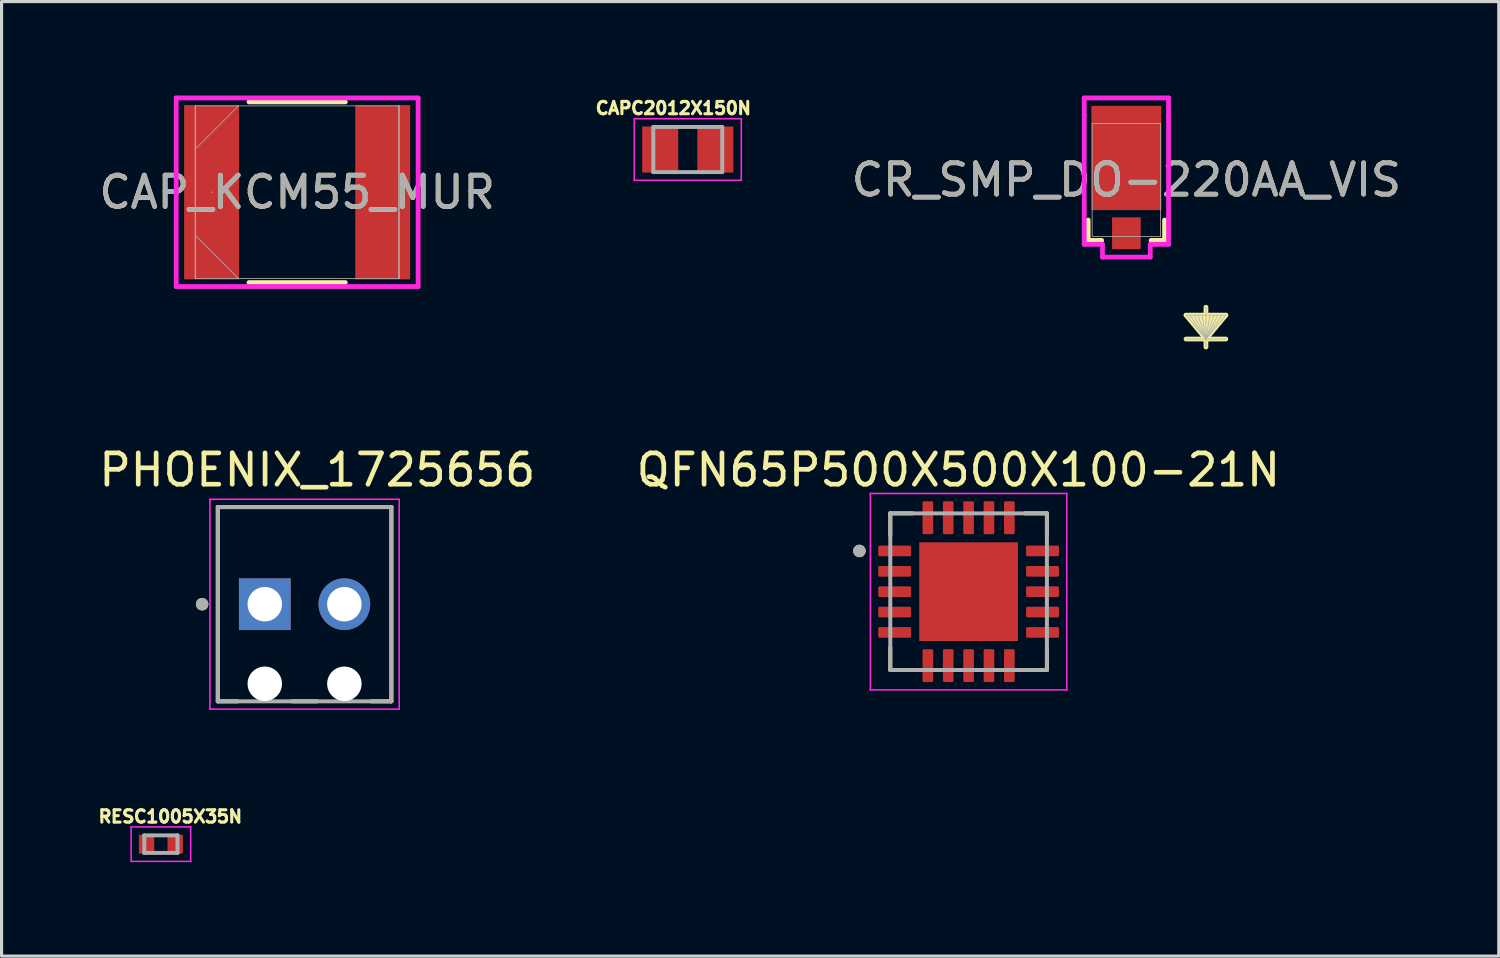
<source format=kicad_pcb>
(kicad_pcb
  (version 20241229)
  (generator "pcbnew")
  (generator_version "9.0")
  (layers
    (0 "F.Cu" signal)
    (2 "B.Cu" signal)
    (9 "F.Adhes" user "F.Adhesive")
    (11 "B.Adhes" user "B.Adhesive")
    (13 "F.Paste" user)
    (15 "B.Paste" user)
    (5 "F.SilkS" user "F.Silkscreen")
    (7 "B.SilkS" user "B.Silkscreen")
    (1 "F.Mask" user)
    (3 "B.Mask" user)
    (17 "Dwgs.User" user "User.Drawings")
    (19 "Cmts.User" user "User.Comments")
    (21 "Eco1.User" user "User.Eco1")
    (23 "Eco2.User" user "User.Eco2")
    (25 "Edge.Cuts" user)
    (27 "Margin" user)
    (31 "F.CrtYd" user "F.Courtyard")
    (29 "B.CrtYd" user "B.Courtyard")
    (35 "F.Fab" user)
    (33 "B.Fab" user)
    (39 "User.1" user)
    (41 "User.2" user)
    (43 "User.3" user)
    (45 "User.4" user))
  (footprint "QFN65P500X500X100-21N"
    (layer "F.Cu")
    (at 27.867 15.836)
    (property "Reference" "QFN65P500X500X100-21N" (at -0.325 -3.885 0) (layer "F.SilkS") (effects (font (size 1 1) (thickness 0.15))))
    (attr smd)
    (fp_line (start -2.5 -2.5) (end -2.5 -1.79) (stroke (width 0.127) (type solid)) (layer "F.SilkS"))
    (fp_line (start -2.5 -2.5) (end -1.79 -2.5) (stroke (width 0.127) (type solid)) (layer "F.SilkS"))
    (fp_line (start -2.5 2.5) (end -2.5 1.79) (stroke (width 0.127) (type solid)) (layer "F.SilkS"))
    (fp_line (start -2.5 2.5) (end -1.79 2.5) (stroke (width 0.127) (type solid)) (layer "F.SilkS"))
    (fp_line (start 2.5 -2.5) (end 1.79 -2.5) (stroke (width 0.127) (type solid)) (layer "F.SilkS"))
    (fp_line (start 2.5 -2.5) (end 2.5 -1.79) (stroke (width 0.127) (type solid)) (layer "F.SilkS"))
    (fp_line (start 2.5 2.5) (end 1.79 2.5) (stroke (width 0.127) (type solid)) (layer "F.SilkS"))
    (fp_line (start 2.5 2.5) (end 2.5 1.79) (stroke (width 0.127) (type solid)) (layer "F.SilkS"))
    (fp_circle (center -3.485 -1.3) (end -3.385 -1.3) (stroke (width 0.2) (type solid)) (fill no) (layer "F.SilkS"))
    (fp_poly (pts (xy -1.195 -1.195) (xy -0.195 -1.195) (xy -0.195 -0.195) (xy -1.195 -0.195)) (stroke (width 0.01) (type solid)) (fill yes) (layer "F.Paste"))
    (fp_poly (pts (xy -1.195 0.195) (xy -0.195 0.195) (xy -0.195 1.195) (xy -1.195 1.195)) (stroke (width 0.01) (type solid)) (fill yes) (layer "F.Paste"))
    (fp_poly (pts (xy 0.195 -1.195) (xy 1.195 -1.195) (xy 1.195 -0.195) (xy 0.195 -0.195)) (stroke (width 0.01) (type solid)) (fill yes) (layer "F.Paste"))
    (fp_poly (pts (xy 0.195 0.195) (xy 1.195 0.195) (xy 1.195 1.195) (xy 0.195 1.195)) (stroke (width 0.01) (type solid)) (fill yes) (layer "F.Paste"))
    (fp_line (start -3.135 -3.135) (end 3.135 -3.135) (stroke (width 0.05) (type solid)) (layer "F.CrtYd"))
    (fp_line (start -3.135 3.135) (end -3.135 -3.135) (stroke (width 0.05) (type solid)) (layer "F.CrtYd"))
    (fp_line (start -3.135 3.135) (end 3.135 3.135) (stroke (width 0.05) (type solid)) (layer "F.CrtYd"))
    (fp_line (start 3.135 3.135) (end 3.135 -3.135) (stroke (width 0.05) (type solid)) (layer "F.CrtYd"))
    (fp_line (start -2.5 2.5) (end -2.5 -2.5) (stroke (width 0.127) (type solid)) (layer "F.Fab"))
    (fp_line (start 2.5 -2.5) (end -2.5 -2.5) (stroke (width 0.127) (type solid)) (layer "F.Fab"))
    (fp_line (start 2.5 2.5) (end -2.5 2.5) (stroke (width 0.127) (type solid)) (layer "F.Fab"))
    (fp_line (start 2.5 2.5) (end 2.5 -2.5) (stroke (width 0.127) (type solid)) (layer "F.Fab"))
    (fp_circle (center -3.485 -1.3) (end -3.385 -1.3) (stroke (width 0.2) (type solid)) (fill no) (layer "F.Fab"))
    (pad "1" smd roundrect (at -2.36 -1.3) (size 1.05 0.34) (layers "F.Cu" "F.Mask" "F.Paste") (roundrect_rratio 0.125))
    (pad "2" smd roundrect (at -2.36 -0.65) (size 1.05 0.34) (layers "F.Cu" "F.Mask" "F.Paste") (roundrect_rratio 0.125))
    (pad "3" smd roundrect (at -2.36 0) (size 1.05 0.34) (layers "F.Cu" "F.Mask" "F.Paste") (roundrect_rratio 0.125))
    (pad "4" smd roundrect (at -2.36 0.65) (size 1.05 0.34) (layers "F.Cu" "F.Mask" "F.Paste") (roundrect_rratio 0.125))
    (pad "5" smd roundrect (at -2.36 1.3) (size 1.05 0.34) (layers "F.Cu" "F.Mask" "F.Paste") (roundrect_rratio 0.125))
    (pad "6" smd roundrect (at -1.3 2.36) (size 0.34 1.05) (layers "F.Cu" "F.Mask" "F.Paste") (roundrect_rratio 0.125))
    (pad "7" smd roundrect (at -0.65 2.36) (size 0.34 1.05) (layers "F.Cu" "F.Mask" "F.Paste") (roundrect_rratio 0.125))
    (pad "8" smd roundrect (at 0 2.36) (size 0.34 1.05) (layers "F.Cu" "F.Mask" "F.Paste") (roundrect_rratio 0.125))
    (pad "9" smd roundrect (at 0.65 2.36) (size 0.34 1.05) (layers "F.Cu" "F.Mask" "F.Paste") (roundrect_rratio 0.125))
    (pad "10" smd roundrect (at 1.3 2.36) (size 0.34 1.05) (layers "F.Cu" "F.Mask" "F.Paste") (roundrect_rratio 0.125))
    (pad "11" smd roundrect (at 2.36 1.3) (size 1.05 0.34) (layers "F.Cu" "F.Mask" "F.Paste") (roundrect_rratio 0.125))
    (pad "12" smd roundrect (at 2.36 0.65) (size 1.05 0.34) (layers "F.Cu" "F.Mask" "F.Paste") (roundrect_rratio 0.125))
    (pad "13" smd roundrect (at 2.36 0) (size 1.05 0.34) (layers "F.Cu" "F.Mask" "F.Paste") (roundrect_rratio 0.125))
    (pad "14" smd roundrect (at 2.36 -0.65) (size 1.05 0.34) (layers "F.Cu" "F.Mask" "F.Paste") (roundrect_rratio 0.125))
    (pad "15" smd roundrect (at 2.36 -1.3) (size 1.05 0.34) (layers "F.Cu" "F.Mask" "F.Paste") (roundrect_rratio 0.125))
    (pad "16" smd roundrect (at 1.3 -2.36) (size 0.34 1.05) (layers "F.Cu" "F.Mask" "F.Paste") (roundrect_rratio 0.125))
    (pad "17" smd roundrect (at 0.65 -2.36) (size 0.34 1.05) (layers "F.Cu" "F.Mask" "F.Paste") (roundrect_rratio 0.125))
    (pad "18" smd roundrect (at 0 -2.36) (size 0.34 1.05) (layers "F.Cu" "F.Mask" "F.Paste") (roundrect_rratio 0.125))
    (pad "19" smd roundrect (at -0.65 -2.36) (size 0.34 1.05) (layers "F.Cu" "F.Mask" "F.Paste") (roundrect_rratio 0.125))
    (pad "20" smd roundrect (at -1.3 -2.36) (size 0.34 1.05) (layers "F.Cu" "F.Mask" "F.Paste") (roundrect_rratio 0.125))
    (pad "21" smd rect (at 0 0) (size 3.15 3.15) (layers "F.Cu" "F.Mask")))
  (footprint "CAPC2012X150N"
    (layer "F.Cu")
    (at 18.903 1.723)
    (property "Reference" "CAPC2012X150N" (at -0.46 -1.32 0) (layer "F.SilkS") (effects (font (size 0.394 0.394) (thickness 0.15))))
    (attr smd)
    (fp_line (start -1.708 -0.983) (end 1.708 -0.983) (stroke (width 0.05) (type solid)) (layer "F.CrtYd"))
    (fp_line (start -1.708 0.983) (end -1.708 -0.983) (stroke (width 0.05) (type solid)) (layer "F.CrtYd"))
    (fp_line (start -1.708 0.983) (end 1.708 0.983) (stroke (width 0.05) (type solid)) (layer "F.CrtYd"))
    (fp_line (start 1.708 0.983) (end 1.708 -0.983) (stroke (width 0.05) (type solid)) (layer "F.CrtYd"))
    (fp_line (start -1.1 0.72) (end -1.1 -0.72) (stroke (width 0.127) (type solid)) (layer "F.Fab"))
    (fp_line (start 1.1 -0.72) (end -1.1 -0.72) (stroke (width 0.127) (type solid)) (layer "F.Fab"))
    (fp_line (start 1.1 0.72) (end -1.1 0.72) (stroke (width 0.127) (type solid)) (layer "F.Fab"))
    (fp_line (start 1.1 0.72) (end 1.1 -0.72) (stroke (width 0.127) (type solid)) (layer "F.Fab"))
    (pad "1" smd rect (at -0.88 0) (size 1.15 1.47) (layers "F.Cu" "F.Mask" "F.Paste"))
    (pad "2" smd rect (at 0.88 0) (size 1.15 1.47) (layers "F.Cu" "F.Mask" "F.Paste")))
  (footprint "CR_SMP_DO-220AA_VIS"
    (layer "F.Cu")
    (at 32.903 2.692)
    (property "Reference" "CR_SMP_DO-220AA_VIS" (at 0 0 0) (unlocked yes) (layer "F.SilkS") (effects (font (size 1 1) (thickness 0.15))))
    (attr smd)
    (fp_line (start -1.219 1.282) (end -1.219 1.93) (stroke (width 0.152) (type solid)) (layer "F.SilkS"))
    (fp_line (start -1.219 1.93) (end -0.79 1.93) (stroke (width 0.152) (type solid)) (layer "F.SilkS"))
    (fp_line (start 0.79 1.93) (end 1.219 1.93) (stroke (width 0.152) (type solid)) (layer "F.SilkS"))
    (fp_line (start 1.219 1.93) (end 1.219 1.282) (stroke (width 0.152) (type solid)) (layer "F.SilkS"))
    (fp_line (start 1.905 4.318) (end 3.175 4.318) (stroke (width 0.152) (type solid)) (layer "F.SilkS"))
    (fp_line (start 1.905 5.08) (end 3.175 5.08) (stroke (width 0.152) (type solid)) (layer "F.SilkS"))
    (fp_line (start 2.54 4.064) (end 2.54 5.334) (stroke (width 0.152) (type solid)) (layer "F.SilkS"))
    (fp_line (start 2.54 5.08) (end 1.905 4.318) (stroke (width 0.152) (type solid)) (layer "F.SilkS"))
    (fp_line (start 2.54 5.08) (end 2.032 4.318) (stroke (width 0.152) (type solid)) (layer "F.SilkS"))
    (fp_line (start 2.54 5.08) (end 2.159 4.318) (stroke (width 0.152) (type solid)) (layer "F.SilkS"))
    (fp_line (start 2.54 5.08) (end 2.286 4.318) (stroke (width 0.152) (type solid)) (layer "F.SilkS"))
    (fp_line (start 2.54 5.08) (end 2.413 4.318) (stroke (width 0.152) (type solid)) (layer "F.SilkS"))
    (fp_line (start 2.54 5.08) (end 2.667 4.318) (stroke (width 0.152) (type solid)) (layer "F.SilkS"))
    (fp_line (start 2.54 5.08) (end 2.794 4.318) (stroke (width 0.152) (type solid)) (layer "F.SilkS"))
    (fp_line (start 2.54 5.08) (end 2.921 4.318) (stroke (width 0.152) (type solid)) (layer "F.SilkS"))
    (fp_line (start 2.54 5.08) (end 3.048 4.318) (stroke (width 0.152) (type solid)) (layer "F.SilkS"))
    (fp_line (start 2.54 5.08) (end 3.175 4.318) (stroke (width 0.152) (type solid)) (layer "F.SilkS"))
    (fp_line (start -1.346 -2.616) (end -1.346 -2.057) (stroke (width 0.152) (type solid)) (layer "F.CrtYd"))
    (fp_line (start -1.346 -2.616) (end 1.346 -2.616) (stroke (width 0.152) (type solid)) (layer "F.CrtYd"))
    (fp_line (start -1.346 -2.057) (end -1.346 -2.057) (stroke (width 0.152) (type solid)) (layer "F.CrtYd"))
    (fp_line (start -1.346 2.057) (end -1.346 -2.057) (stroke (width 0.152) (type solid)) (layer "F.CrtYd"))
    (fp_line (start -0.762 2.057) (end -1.346 2.057) (stroke (width 0.152) (type solid)) (layer "F.CrtYd"))
    (fp_line (start -0.762 2.057) (end -0.762 2.464) (stroke (width 0.152) (type solid)) (layer "F.CrtYd"))
    (fp_line (start -0.762 2.464) (end 0.762 2.464) (stroke (width 0.152) (type solid)) (layer "F.CrtYd"))
    (fp_line (start 0.762 2.057) (end 0.762 2.464) (stroke (width 0.152) (type solid)) (layer "F.CrtYd"))
    (fp_line (start 1.346 -2.616) (end 1.346 -2.057) (stroke (width 0.152) (type solid)) (layer "F.CrtYd"))
    (fp_line (start 1.346 -2.057) (end 1.346 -2.057) (stroke (width 0.152) (type solid)) (layer "F.CrtYd"))
    (fp_line (start 1.346 -2.057) (end 1.346 2.057) (stroke (width 0.152) (type solid)) (layer "F.CrtYd"))
    (fp_line (start 1.346 2.057) (end 0.762 2.057) (stroke (width 0.152) (type solid)) (layer "F.CrtYd"))
    (fp_line (start -1.092 -1.803) (end -1.092 1.803) (stroke (width 0.025) (type solid)) (layer "F.Fab"))
    (fp_line (start -1.092 1.803) (end 1.092 1.803) (stroke (width 0.025) (type solid)) (layer "F.Fab"))
    (fp_line (start 1.092 -1.803) (end -1.092 -1.803) (stroke (width 0.025) (type solid)) (layer "F.Fab"))
    (fp_line (start 1.092 1.803) (end 1.092 -1.803) (stroke (width 0.025) (type solid)) (layer "F.Fab"))
    (fp_line (start 1.905 4.318) (end 3.175 4.318) (stroke (width 0.025) (type solid)) (layer "F.Fab"))
    (fp_line (start 1.905 5.08) (end 3.175 5.08) (stroke (width 0.025) (type solid)) (layer "F.Fab"))
    (fp_line (start 2.54 4.064) (end 2.54 5.334) (stroke (width 0.025) (type solid)) (layer "F.Fab"))
    (fp_line (start 2.54 5.08) (end 1.905 4.318) (stroke (width 0.025) (type solid)) (layer "F.Fab"))
    (fp_line (start 2.54 5.08) (end 2.032 4.318) (stroke (width 0.025) (type solid)) (layer "F.Fab"))
    (fp_line (start 2.54 5.08) (end 2.159 4.318) (stroke (width 0.025) (type solid)) (layer "F.Fab"))
    (fp_line (start 2.54 5.08) (end 2.286 4.318) (stroke (width 0.025) (type solid)) (layer "F.Fab"))
    (fp_line (start 2.54 5.08) (end 2.413 4.318) (stroke (width 0.025) (type solid)) (layer "F.Fab"))
    (fp_line (start 2.54 5.08) (end 2.667 4.318) (stroke (width 0.025) (type solid)) (layer "F.Fab"))
    (fp_line (start 2.54 5.08) (end 2.794 4.318) (stroke (width 0.025) (type solid)) (layer "F.Fab"))
    (fp_line (start 2.54 5.08) (end 2.921 4.318) (stroke (width 0.025) (type solid)) (layer "F.Fab"))
    (fp_line (start 2.54 5.08) (end 3.048 4.318) (stroke (width 0.025) (type solid)) (layer "F.Fab"))
    (fp_line (start 2.54 5.08) (end 3.175 4.318) (stroke (width 0.025) (type solid)) (layer "F.Fab"))
    (fp_text user "${REFERENCE}" (at 0 0 0) (unlocked yes) (layer "F.Fab") (effects (font (size 1 1) (thickness 0.15))))
    (pad "1" smd rect (at 0 -0.699 90) (size 3.327 2.235) (layers "F.Cu" "F.Mask" "F.Paste"))
    (pad "2" smd rect (at 0 1.702 90) (size 1.016 0.914) (layers "F.Cu" "F.Mask" "F.Paste")))
  (footprint "PHOENIX_1725656"
    (layer "F.Cu")
    (at 3.902 19.336)
    (property "Reference" "PHOENIX_1725656" (at 3.175 -7.385 0) (layer "F.SilkS") (effects (font (size 1 1) (thickness 0.15))))
    (attr through_hole)
    (fp_line (start 0 -6.2) (end 0 0) (stroke (width 0.127) (type solid)) (layer "F.SilkS"))
    (fp_line (start 0 0) (end 0.63 0) (stroke (width 0.127) (type solid)) (layer "F.SilkS"))
    (fp_line (start 2.37 0) (end 3.17 0) (stroke (width 0.127) (type solid)) (layer "F.SilkS"))
    (fp_line (start 4.91 0) (end 5.54 0) (stroke (width 0.127) (type solid)) (layer "F.SilkS"))
    (fp_line (start 5.54 -6.2) (end 0 -6.2) (stroke (width 0.127) (type solid)) (layer "F.SilkS"))
    (fp_line (start 5.54 0) (end 5.54 -6.2) (stroke (width 0.127) (type solid)) (layer "F.SilkS"))
    (fp_circle (center -0.5 -3.1) (end -0.4 -3.1) (stroke (width 0.2) (type solid)) (fill no) (layer "F.SilkS"))
    (fp_line (start -0.25 -6.45) (end -0.25 0.25) (stroke (width 0.05) (type solid)) (layer "F.CrtYd"))
    (fp_line (start -0.25 0.25) (end 5.79 0.25) (stroke (width 0.05) (type solid)) (layer "F.CrtYd"))
    (fp_line (start 5.79 -6.45) (end -0.25 -6.45) (stroke (width 0.05) (type solid)) (layer "F.CrtYd"))
    (fp_line (start 5.79 0.25) (end 5.79 -6.45) (stroke (width 0.05) (type solid)) (layer "F.CrtYd"))
    (fp_line (start 0 -6.2) (end 0 0) (stroke (width 0.127) (type solid)) (layer "F.Fab"))
    (fp_line (start 0 0) (end 5.54 0) (stroke (width 0.127) (type solid)) (layer "F.Fab"))
    (fp_line (start 5.54 -6.2) (end 0 -6.2) (stroke (width 0.127) (type solid)) (layer "F.Fab"))
    (fp_line (start 5.54 0) (end 5.54 -6.2) (stroke (width 0.127) (type solid)) (layer "F.Fab"))
    (fp_circle (center -0.5 -3.1) (end -0.4 -3.1) (stroke (width 0.2) (type solid)) (fill no) (layer "F.Fab"))
    (pad "" np_thru_hole circle (at 1.5 -0.56) (size 1.1 1.1) (drill 1.1) (layers "*.Cu" "*.Mask"))
    (pad "" np_thru_hole circle (at 4.04 -0.56) (size 1.1 1.1) (drill 1.1) (layers "*.Cu" "*.Mask"))
    (pad "1" thru_hole rect (at 1.5 -3.1) (size 1.65 1.65) (drill 1.1) (layers "*.Cu" "*.Mask"))
    (pad "2" thru_hole circle (at 4.04 -3.1) (size 1.65 1.65) (drill 1.1) (layers "*.Cu" "*.Mask")))
  (footprint "CAP_KCM55_MUR"
    (layer "F.Cu")
    (at 6.435 3.086)
    (property "Reference" "CAP_KCM55_MUR" (at 0 0 0) (unlocked yes) (layer "F.SilkS") (effects (font (size 1 1) (thickness 0.15))))
    (attr smd)
    (fp_line (start -1.537 2.883) (end 1.537 2.883) (stroke (width 0.152) (type solid)) (layer "F.SilkS"))
    (fp_line (start 1.537 -2.883) (end -1.537 -2.883) (stroke (width 0.152) (type solid)) (layer "F.SilkS"))
    (fp_line (start -3.861 -3.01) (end 3.861 -3.01) (stroke (width 0.152) (type solid)) (layer "F.CrtYd"))
    (fp_line (start -3.861 3.01) (end -3.861 -3.01) (stroke (width 0.152) (type solid)) (layer "F.CrtYd"))
    (fp_line (start 3.861 -3.01) (end 3.861 3.01) (stroke (width 0.152) (type solid)) (layer "F.CrtYd"))
    (fp_line (start 3.861 3.01) (end -3.861 3.01) (stroke (width 0.152) (type solid)) (layer "F.CrtYd"))
    (fp_line (start -3.251 -2.756) (end -3.251 -2.756) (stroke (width 0.025) (type solid)) (layer "F.Fab"))
    (fp_line (start -3.251 -2.756) (end -3.251 2.756) (stroke (width 0.025) (type solid)) (layer "F.Fab"))
    (fp_line (start -3.251 -2.756) (end -3.251 2.756) (stroke (width 0.025) (type solid)) (layer "F.Fab"))
    (fp_line (start -3.251 -1.378) (end -1.873 -2.756) (stroke (width 0.025) (type solid)) (layer "F.Fab"))
    (fp_line (start -3.251 1.378) (end -1.873 2.756) (stroke (width 0.025) (type solid)) (layer "F.Fab"))
    (fp_line (start -3.251 2.756) (end -3.251 -2.756) (stroke (width 0.025) (type solid)) (layer "F.Fab"))
    (fp_line (start -3.251 2.756) (end -3.251 2.756) (stroke (width 0.025) (type solid)) (layer "F.Fab"))
    (fp_line (start -3.251 2.756) (end 3.251 2.756) (stroke (width 0.025) (type solid)) (layer "F.Fab"))
    (fp_line (start 3.251 -2.756) (end -3.251 -2.756) (stroke (width 0.025) (type solid)) (layer "F.Fab"))
    (fp_line (start 3.251 -2.756) (end 3.251 -2.756) (stroke (width 0.025) (type solid)) (layer "F.Fab"))
    (fp_line (start 3.251 -2.756) (end 3.251 2.756) (stroke (width 0.025) (type solid)) (layer "F.Fab"))
    (fp_line (start 3.251 2.756) (end 3.251 -2.756) (stroke (width 0.025) (type solid)) (layer "F.Fab"))
    (fp_line (start 3.251 2.756) (end 3.251 -2.756) (stroke (width 0.025) (type solid)) (layer "F.Fab"))
    (fp_line (start 3.251 2.756) (end 3.251 2.756) (stroke (width 0.025) (type solid)) (layer "F.Fab"))
    (fp_circle (center -2.731 0) (end -2.731 0) (stroke (width 0.025) (type solid)) (fill no) (layer "F.Fab"))
    (fp_text user "${REFERENCE}" (at 0 0 0) (unlocked yes) (layer "F.Fab") (effects (font (size 1 1) (thickness 0.15))))
    (pad "1" smd rect (at -2.731 0) (size 1.753 5.563) (layers "F.Cu" "F.Mask" "F.Paste"))
    (pad "2" smd rect (at 2.731 0) (size 1.753 5.563) (layers "F.Cu" "F.Mask" "F.Paste"))
    (zone (net_name "") (layer "F.Cu") (hatch full 0.508) (connect_pads) (min_thickness 0.254) (filled_areas_thickness no) (keepout (tracks not_allowed) (vias not_allowed) (pads allowed) (copperpour not_allowed) (footprints allowed)) (placement (enabled no)) (fill) (polygon (pts (xy 4.631 0.381) (xy 8.238 0.381) (xy 8.238 5.791) (xy 4.631 5.791)))))
  (footprint "RESC1005X35N"
    (layer "F.Cu")
    (at 2.086 23.894)
    (property "Reference" "RESC1005X35N" (at 0.3 -0.88 0) (layer "F.SilkS") (effects (font (size 0.394 0.394) (thickness 0.15))))
    (attr smd)
    (fp_line (start -0.95 -0.55) (end 0.95 -0.55) (stroke (width 0.05) (type solid)) (layer "F.CrtYd"))
    (fp_line (start -0.95 0.55) (end -0.95 -0.55) (stroke (width 0.05) (type solid)) (layer "F.CrtYd"))
    (fp_line (start -0.95 0.55) (end 0.95 0.55) (stroke (width 0.05) (type solid)) (layer "F.CrtYd"))
    (fp_line (start 0.95 0.55) (end 0.95 -0.55) (stroke (width 0.05) (type solid)) (layer "F.CrtYd"))
    (fp_line (start -0.53 0.28) (end -0.53 -0.28) (stroke (width 0.127) (type solid)) (layer "F.Fab"))
    (fp_line (start 0.53 -0.28) (end -0.53 -0.28) (stroke (width 0.127) (type solid)) (layer "F.Fab"))
    (fp_line (start 0.53 0.28) (end -0.53 0.28) (stroke (width 0.127) (type solid)) (layer "F.Fab"))
    (fp_line (start 0.53 0.28) (end 0.53 -0.28) (stroke (width 0.127) (type solid)) (layer "F.Fab"))
    (pad "1" smd rect (at -0.457 0) (size 0.49 0.6) (layers "F.Cu" "F.Mask" "F.Paste"))
    (pad "2" smd rect (at 0.457 0) (size 0.49 0.6) (layers "F.Cu" "F.Mask" "F.Paste")))
  (gr_rect
    (start -3 -3)
    (end 44.79 27.469)
    (stroke (width 0.1) (type default))
    (fill no)
    (layer "Edge.Cuts")))
</source>
